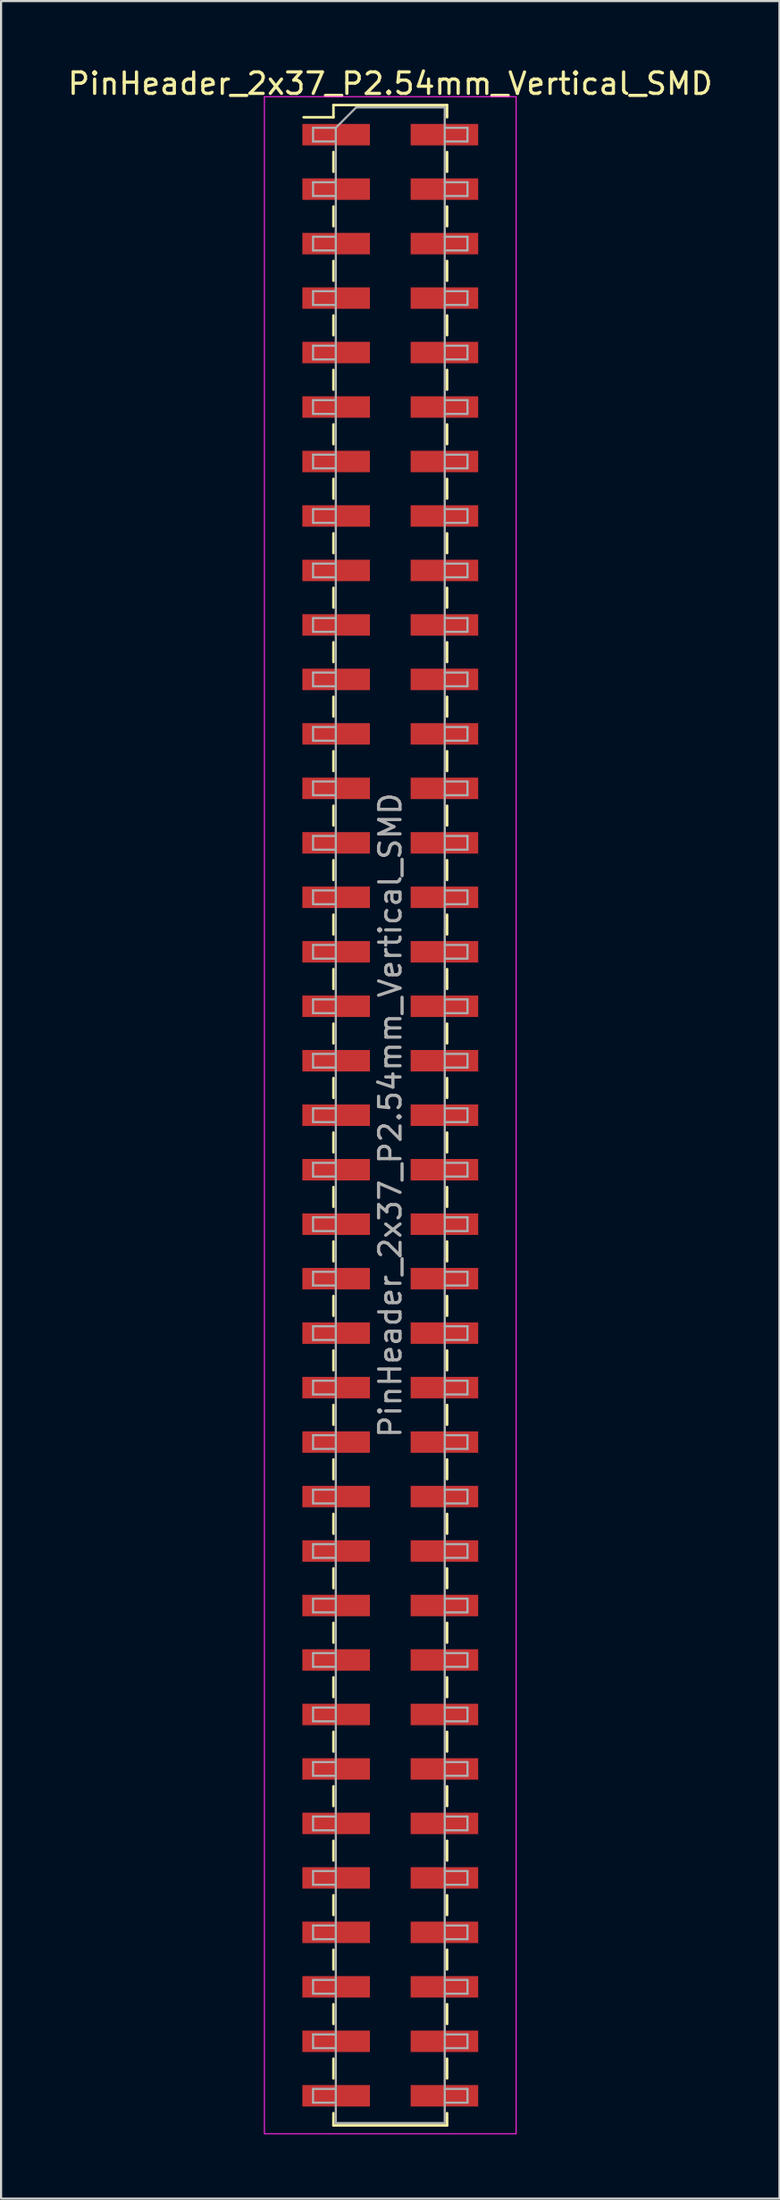
<source format=kicad_pcb>
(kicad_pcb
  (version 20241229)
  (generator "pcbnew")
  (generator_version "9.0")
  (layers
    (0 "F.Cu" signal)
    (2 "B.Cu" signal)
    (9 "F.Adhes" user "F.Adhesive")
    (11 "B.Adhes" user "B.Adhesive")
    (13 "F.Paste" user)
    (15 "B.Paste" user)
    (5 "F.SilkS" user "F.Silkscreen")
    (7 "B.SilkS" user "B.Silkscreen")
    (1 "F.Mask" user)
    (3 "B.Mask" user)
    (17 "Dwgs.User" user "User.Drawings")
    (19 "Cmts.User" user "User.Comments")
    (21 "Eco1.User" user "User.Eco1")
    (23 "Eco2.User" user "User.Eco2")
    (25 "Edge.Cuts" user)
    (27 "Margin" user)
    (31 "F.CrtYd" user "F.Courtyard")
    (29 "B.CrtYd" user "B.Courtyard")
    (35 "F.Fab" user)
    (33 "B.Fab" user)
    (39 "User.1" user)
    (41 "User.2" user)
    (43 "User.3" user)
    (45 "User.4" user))
  (footprint "PinHeader_2x37_P2.54mm_Vertical_SMD"
    (layer "F.Cu")
    (at 15.149 48.948)
    (property "Reference" "PinHeader_2x37_P2.54mm_Vertical_SMD" (at 0 -48.1 0) (layer "F.SilkS") (effects (font (size 1 1) (thickness 0.15))))
    (attr smd)
    (fp_line (start -4.04 -46.53) (end -2.65 -46.53) (stroke (width 0.12) (type solid)) (layer "F.SilkS"))
    (fp_line (start -2.65 -47.1) (end -2.65 -46.53) (stroke (width 0.12) (type solid)) (layer "F.SilkS"))
    (fp_line (start -2.65 -47.1) (end 2.65 -47.1) (stroke (width 0.12) (type solid)) (layer "F.SilkS"))
    (fp_line (start -2.65 -44.91) (end -2.65 -43.99) (stroke (width 0.12) (type solid)) (layer "F.SilkS"))
    (fp_line (start -2.65 -42.37) (end -2.65 -41.45) (stroke (width 0.12) (type solid)) (layer "F.SilkS"))
    (fp_line (start -2.65 -39.83) (end -2.65 -38.91) (stroke (width 0.12) (type solid)) (layer "F.SilkS"))
    (fp_line (start -2.65 -37.29) (end -2.65 -36.37) (stroke (width 0.12) (type solid)) (layer "F.SilkS"))
    (fp_line (start -2.65 -34.75) (end -2.65 -33.83) (stroke (width 0.12) (type solid)) (layer "F.SilkS"))
    (fp_line (start -2.65 -32.21) (end -2.65 -31.29) (stroke (width 0.12) (type solid)) (layer "F.SilkS"))
    (fp_line (start -2.65 -29.67) (end -2.65 -28.75) (stroke (width 0.12) (type solid)) (layer "F.SilkS"))
    (fp_line (start -2.65 -27.13) (end -2.65 -26.21) (stroke (width 0.12) (type solid)) (layer "F.SilkS"))
    (fp_line (start -2.65 -24.59) (end -2.65 -23.67) (stroke (width 0.12) (type solid)) (layer "F.SilkS"))
    (fp_line (start -2.65 -22.05) (end -2.65 -21.13) (stroke (width 0.12) (type solid)) (layer "F.SilkS"))
    (fp_line (start -2.65 -19.51) (end -2.65 -18.59) (stroke (width 0.12) (type solid)) (layer "F.SilkS"))
    (fp_line (start -2.65 -16.97) (end -2.65 -16.05) (stroke (width 0.12) (type solid)) (layer "F.SilkS"))
    (fp_line (start -2.65 -14.43) (end -2.65 -13.51) (stroke (width 0.12) (type solid)) (layer "F.SilkS"))
    (fp_line (start -2.65 -11.89) (end -2.65 -10.97) (stroke (width 0.12) (type solid)) (layer "F.SilkS"))
    (fp_line (start -2.65 -9.35) (end -2.65 -8.43) (stroke (width 0.12) (type solid)) (layer "F.SilkS"))
    (fp_line (start -2.65 -6.81) (end -2.65 -5.89) (stroke (width 0.12) (type solid)) (layer "F.SilkS"))
    (fp_line (start -2.65 -4.27) (end -2.65 -3.35) (stroke (width 0.12) (type solid)) (layer "F.SilkS"))
    (fp_line (start -2.65 -1.73) (end -2.65 -0.81) (stroke (width 0.12) (type solid)) (layer "F.SilkS"))
    (fp_line (start -2.65 0.81) (end -2.65 1.73) (stroke (width 0.12) (type solid)) (layer "F.SilkS"))
    (fp_line (start -2.65 3.35) (end -2.65 4.27) (stroke (width 0.12) (type solid)) (layer "F.SilkS"))
    (fp_line (start -2.65 5.89) (end -2.65 6.81) (stroke (width 0.12) (type solid)) (layer "F.SilkS"))
    (fp_line (start -2.65 8.43) (end -2.65 9.35) (stroke (width 0.12) (type solid)) (layer "F.SilkS"))
    (fp_line (start -2.65 10.97) (end -2.65 11.89) (stroke (width 0.12) (type solid)) (layer "F.SilkS"))
    (fp_line (start -2.65 13.51) (end -2.65 14.43) (stroke (width 0.12) (type solid)) (layer "F.SilkS"))
    (fp_line (start -2.65 16.05) (end -2.65 16.97) (stroke (width 0.12) (type solid)) (layer "F.SilkS"))
    (fp_line (start -2.65 18.59) (end -2.65 19.51) (stroke (width 0.12) (type solid)) (layer "F.SilkS"))
    (fp_line (start -2.65 21.13) (end -2.65 22.05) (stroke (width 0.12) (type solid)) (layer "F.SilkS"))
    (fp_line (start -2.65 23.67) (end -2.65 24.59) (stroke (width 0.12) (type solid)) (layer "F.SilkS"))
    (fp_line (start -2.65 26.21) (end -2.65 27.13) (stroke (width 0.12) (type solid)) (layer "F.SilkS"))
    (fp_line (start -2.65 28.75) (end -2.65 29.67) (stroke (width 0.12) (type solid)) (layer "F.SilkS"))
    (fp_line (start -2.65 31.29) (end -2.65 32.21) (stroke (width 0.12) (type solid)) (layer "F.SilkS"))
    (fp_line (start -2.65 33.83) (end -2.65 34.75) (stroke (width 0.12) (type solid)) (layer "F.SilkS"))
    (fp_line (start -2.65 36.37) (end -2.65 37.29) (stroke (width 0.12) (type solid)) (layer "F.SilkS"))
    (fp_line (start -2.65 38.91) (end -2.65 39.83) (stroke (width 0.12) (type solid)) (layer "F.SilkS"))
    (fp_line (start -2.65 41.45) (end -2.65 42.37) (stroke (width 0.12) (type solid)) (layer "F.SilkS"))
    (fp_line (start -2.65 43.99) (end -2.65 44.91) (stroke (width 0.12) (type solid)) (layer "F.SilkS"))
    (fp_line (start -2.65 46.53) (end -2.65 47.1) (stroke (width 0.12) (type solid)) (layer "F.SilkS"))
    (fp_line (start -2.65 47.1) (end 2.65 47.1) (stroke (width 0.12) (type solid)) (layer "F.SilkS"))
    (fp_line (start 2.65 -47.1) (end 2.65 -46.53) (stroke (width 0.12) (type solid)) (layer "F.SilkS"))
    (fp_line (start 2.65 -44.91) (end 2.65 -43.99) (stroke (width 0.12) (type solid)) (layer "F.SilkS"))
    (fp_line (start 2.65 -42.37) (end 2.65 -41.45) (stroke (width 0.12) (type solid)) (layer "F.SilkS"))
    (fp_line (start 2.65 -39.83) (end 2.65 -38.91) (stroke (width 0.12) (type solid)) (layer "F.SilkS"))
    (fp_line (start 2.65 -37.29) (end 2.65 -36.37) (stroke (width 0.12) (type solid)) (layer "F.SilkS"))
    (fp_line (start 2.65 -34.75) (end 2.65 -33.83) (stroke (width 0.12) (type solid)) (layer "F.SilkS"))
    (fp_line (start 2.65 -32.21) (end 2.65 -31.29) (stroke (width 0.12) (type solid)) (layer "F.SilkS"))
    (fp_line (start 2.65 -29.67) (end 2.65 -28.75) (stroke (width 0.12) (type solid)) (layer "F.SilkS"))
    (fp_line (start 2.65 -27.13) (end 2.65 -26.21) (stroke (width 0.12) (type solid)) (layer "F.SilkS"))
    (fp_line (start 2.65 -24.59) (end 2.65 -23.67) (stroke (width 0.12) (type solid)) (layer "F.SilkS"))
    (fp_line (start 2.65 -22.05) (end 2.65 -21.13) (stroke (width 0.12) (type solid)) (layer "F.SilkS"))
    (fp_line (start 2.65 -19.51) (end 2.65 -18.59) (stroke (width 0.12) (type solid)) (layer "F.SilkS"))
    (fp_line (start 2.65 -16.97) (end 2.65 -16.05) (stroke (width 0.12) (type solid)) (layer "F.SilkS"))
    (fp_line (start 2.65 -14.43) (end 2.65 -13.51) (stroke (width 0.12) (type solid)) (layer "F.SilkS"))
    (fp_line (start 2.65 -11.89) (end 2.65 -10.97) (stroke (width 0.12) (type solid)) (layer "F.SilkS"))
    (fp_line (start 2.65 -9.35) (end 2.65 -8.43) (stroke (width 0.12) (type solid)) (layer "F.SilkS"))
    (fp_line (start 2.65 -6.81) (end 2.65 -5.89) (stroke (width 0.12) (type solid)) (layer "F.SilkS"))
    (fp_line (start 2.65 -4.27) (end 2.65 -3.35) (stroke (width 0.12) (type solid)) (layer "F.SilkS"))
    (fp_line (start 2.65 -1.73) (end 2.65 -0.81) (stroke (width 0.12) (type solid)) (layer "F.SilkS"))
    (fp_line (start 2.65 0.81) (end 2.65 1.73) (stroke (width 0.12) (type solid)) (layer "F.SilkS"))
    (fp_line (start 2.65 3.35) (end 2.65 4.27) (stroke (width 0.12) (type solid)) (layer "F.SilkS"))
    (fp_line (start 2.65 5.89) (end 2.65 6.81) (stroke (width 0.12) (type solid)) (layer "F.SilkS"))
    (fp_line (start 2.65 8.43) (end 2.65 9.35) (stroke (width 0.12) (type solid)) (layer "F.SilkS"))
    (fp_line (start 2.65 10.97) (end 2.65 11.89) (stroke (width 0.12) (type solid)) (layer "F.SilkS"))
    (fp_line (start 2.65 13.51) (end 2.65 14.43) (stroke (width 0.12) (type solid)) (layer "F.SilkS"))
    (fp_line (start 2.65 16.05) (end 2.65 16.97) (stroke (width 0.12) (type solid)) (layer "F.SilkS"))
    (fp_line (start 2.65 18.59) (end 2.65 19.51) (stroke (width 0.12) (type solid)) (layer "F.SilkS"))
    (fp_line (start 2.65 21.13) (end 2.65 22.05) (stroke (width 0.12) (type solid)) (layer "F.SilkS"))
    (fp_line (start 2.65 23.67) (end 2.65 24.59) (stroke (width 0.12) (type solid)) (layer "F.SilkS"))
    (fp_line (start 2.65 26.21) (end 2.65 27.13) (stroke (width 0.12) (type solid)) (layer "F.SilkS"))
    (fp_line (start 2.65 28.75) (end 2.65 29.67) (stroke (width 0.12) (type solid)) (layer "F.SilkS"))
    (fp_line (start 2.65 31.29) (end 2.65 32.21) (stroke (width 0.12) (type solid)) (layer "F.SilkS"))
    (fp_line (start 2.65 33.83) (end 2.65 34.75) (stroke (width 0.12) (type solid)) (layer "F.SilkS"))
    (fp_line (start 2.65 36.37) (end 2.65 37.29) (stroke (width 0.12) (type solid)) (layer "F.SilkS"))
    (fp_line (start 2.65 38.91) (end 2.65 39.83) (stroke (width 0.12) (type solid)) (layer "F.SilkS"))
    (fp_line (start 2.65 41.45) (end 2.65 42.37) (stroke (width 0.12) (type solid)) (layer "F.SilkS"))
    (fp_line (start 2.65 43.99) (end 2.65 44.91) (stroke (width 0.12) (type solid)) (layer "F.SilkS"))
    (fp_line (start 2.65 46.53) (end 2.65 47.1) (stroke (width 0.12) (type solid)) (layer "F.SilkS"))
    (fp_rect (start -5.87 -47.49) (end 5.87 47.49) (stroke (width 0.05) (type solid)) (fill no) (layer "F.CrtYd"))
    (fp_line (start -3.6 -46.04) (end -3.6 -45.4) (stroke (width 0.1) (type solid)) (layer "F.Fab"))
    (fp_line (start -3.6 -45.4) (end -2.54 -45.4) (stroke (width 0.1) (type solid)) (layer "F.Fab"))
    (fp_line (start -3.6 -43.5) (end -3.6 -42.86) (stroke (width 0.1) (type solid)) (layer "F.Fab"))
    (fp_line (start -3.6 -42.86) (end -2.54 -42.86) (stroke (width 0.1) (type solid)) (layer "F.Fab"))
    (fp_line (start -3.6 -40.96) (end -3.6 -40.32) (stroke (width 0.1) (type solid)) (layer "F.Fab"))
    (fp_line (start -3.6 -40.32) (end -2.54 -40.32) (stroke (width 0.1) (type solid)) (layer "F.Fab"))
    (fp_line (start -3.6 -38.42) (end -3.6 -37.78) (stroke (width 0.1) (type solid)) (layer "F.Fab"))
    (fp_line (start -3.6 -37.78) (end -2.54 -37.78) (stroke (width 0.1) (type solid)) (layer "F.Fab"))
    (fp_line (start -3.6 -35.88) (end -3.6 -35.24) (stroke (width 0.1) (type solid)) (layer "F.Fab"))
    (fp_line (start -3.6 -35.24) (end -2.54 -35.24) (stroke (width 0.1) (type solid)) (layer "F.Fab"))
    (fp_line (start -3.6 -33.34) (end -3.6 -32.7) (stroke (width 0.1) (type solid)) (layer "F.Fab"))
    (fp_line (start -3.6 -32.7) (end -2.54 -32.7) (stroke (width 0.1) (type solid)) (layer "F.Fab"))
    (fp_line (start -3.6 -30.8) (end -3.6 -30.16) (stroke (width 0.1) (type solid)) (layer "F.Fab"))
    (fp_line (start -3.6 -30.16) (end -2.54 -30.16) (stroke (width 0.1) (type solid)) (layer "F.Fab"))
    (fp_line (start -3.6 -28.26) (end -3.6 -27.62) (stroke (width 0.1) (type solid)) (layer "F.Fab"))
    (fp_line (start -3.6 -27.62) (end -2.54 -27.62) (stroke (width 0.1) (type solid)) (layer "F.Fab"))
    (fp_line (start -3.6 -25.72) (end -3.6 -25.08) (stroke (width 0.1) (type solid)) (layer "F.Fab"))
    (fp_line (start -3.6 -25.08) (end -2.54 -25.08) (stroke (width 0.1) (type solid)) (layer "F.Fab"))
    (fp_line (start -3.6 -23.18) (end -3.6 -22.54) (stroke (width 0.1) (type solid)) (layer "F.Fab"))
    (fp_line (start -3.6 -22.54) (end -2.54 -22.54) (stroke (width 0.1) (type solid)) (layer "F.Fab"))
    (fp_line (start -3.6 -20.64) (end -3.6 -20) (stroke (width 0.1) (type solid)) (layer "F.Fab"))
    (fp_line (start -3.6 -20) (end -2.54 -20) (stroke (width 0.1) (type solid)) (layer "F.Fab"))
    (fp_line (start -3.6 -18.1) (end -3.6 -17.46) (stroke (width 0.1) (type solid)) (layer "F.Fab"))
    (fp_line (start -3.6 -17.46) (end -2.54 -17.46) (stroke (width 0.1) (type solid)) (layer "F.Fab"))
    (fp_line (start -3.6 -15.56) (end -3.6 -14.92) (stroke (width 0.1) (type solid)) (layer "F.Fab"))
    (fp_line (start -3.6 -14.92) (end -2.54 -14.92) (stroke (width 0.1) (type solid)) (layer "F.Fab"))
    (fp_line (start -3.6 -13.02) (end -3.6 -12.38) (stroke (width 0.1) (type solid)) (layer "F.Fab"))
    (fp_line (start -3.6 -12.38) (end -2.54 -12.38) (stroke (width 0.1) (type solid)) (layer "F.Fab"))
    (fp_line (start -3.6 -10.48) (end -3.6 -9.84) (stroke (width 0.1) (type solid)) (layer "F.Fab"))
    (fp_line (start -3.6 -9.84) (end -2.54 -9.84) (stroke (width 0.1) (type solid)) (layer "F.Fab"))
    (fp_line (start -3.6 -7.94) (end -3.6 -7.3) (stroke (width 0.1) (type solid)) (layer "F.Fab"))
    (fp_line (start -3.6 -7.3) (end -2.54 -7.3) (stroke (width 0.1) (type solid)) (layer "F.Fab"))
    (fp_line (start -3.6 -5.4) (end -3.6 -4.76) (stroke (width 0.1) (type solid)) (layer "F.Fab"))
    (fp_line (start -3.6 -4.76) (end -2.54 -4.76) (stroke (width 0.1) (type solid)) (layer "F.Fab"))
    (fp_line (start -3.6 -2.86) (end -3.6 -2.22) (stroke (width 0.1) (type solid)) (layer "F.Fab"))
    (fp_line (start -3.6 -2.22) (end -2.54 -2.22) (stroke (width 0.1) (type solid)) (layer "F.Fab"))
    (fp_line (start -3.6 -0.32) (end -3.6 0.32) (stroke (width 0.1) (type solid)) (layer "F.Fab"))
    (fp_line (start -3.6 0.32) (end -2.54 0.32) (stroke (width 0.1) (type solid)) (layer "F.Fab"))
    (fp_line (start -3.6 2.22) (end -3.6 2.86) (stroke (width 0.1) (type solid)) (layer "F.Fab"))
    (fp_line (start -3.6 2.86) (end -2.54 2.86) (stroke (width 0.1) (type solid)) (layer "F.Fab"))
    (fp_line (start -3.6 4.76) (end -3.6 5.4) (stroke (width 0.1) (type solid)) (layer "F.Fab"))
    (fp_line (start -3.6 5.4) (end -2.54 5.4) (stroke (width 0.1) (type solid)) (layer "F.Fab"))
    (fp_line (start -3.6 7.3) (end -3.6 7.94) (stroke (width 0.1) (type solid)) (layer "F.Fab"))
    (fp_line (start -3.6 7.94) (end -2.54 7.94) (stroke (width 0.1) (type solid)) (layer "F.Fab"))
    (fp_line (start -3.6 9.84) (end -3.6 10.48) (stroke (width 0.1) (type solid)) (layer "F.Fab"))
    (fp_line (start -3.6 10.48) (end -2.54 10.48) (stroke (width 0.1) (type solid)) (layer "F.Fab"))
    (fp_line (start -3.6 12.38) (end -3.6 13.02) (stroke (width 0.1) (type solid)) (layer "F.Fab"))
    (fp_line (start -3.6 13.02) (end -2.54 13.02) (stroke (width 0.1) (type solid)) (layer "F.Fab"))
    (fp_line (start -3.6 14.92) (end -3.6 15.56) (stroke (width 0.1) (type solid)) (layer "F.Fab"))
    (fp_line (start -3.6 15.56) (end -2.54 15.56) (stroke (width 0.1) (type solid)) (layer "F.Fab"))
    (fp_line (start -3.6 17.46) (end -3.6 18.1) (stroke (width 0.1) (type solid)) (layer "F.Fab"))
    (fp_line (start -3.6 18.1) (end -2.54 18.1) (stroke (width 0.1) (type solid)) (layer "F.Fab"))
    (fp_line (start -3.6 20) (end -3.6 20.64) (stroke (width 0.1) (type solid)) (layer "F.Fab"))
    (fp_line (start -3.6 20.64) (end -2.54 20.64) (stroke (width 0.1) (type solid)) (layer "F.Fab"))
    (fp_line (start -3.6 22.54) (end -3.6 23.18) (stroke (width 0.1) (type solid)) (layer "F.Fab"))
    (fp_line (start -3.6 23.18) (end -2.54 23.18) (stroke (width 0.1) (type solid)) (layer "F.Fab"))
    (fp_line (start -3.6 25.08) (end -3.6 25.72) (stroke (width 0.1) (type solid)) (layer "F.Fab"))
    (fp_line (start -3.6 25.72) (end -2.54 25.72) (stroke (width 0.1) (type solid)) (layer "F.Fab"))
    (fp_line (start -3.6 27.62) (end -3.6 28.26) (stroke (width 0.1) (type solid)) (layer "F.Fab"))
    (fp_line (start -3.6 28.26) (end -2.54 28.26) (stroke (width 0.1) (type solid)) (layer "F.Fab"))
    (fp_line (start -3.6 30.16) (end -3.6 30.8) (stroke (width 0.1) (type solid)) (layer "F.Fab"))
    (fp_line (start -3.6 30.8) (end -2.54 30.8) (stroke (width 0.1) (type solid)) (layer "F.Fab"))
    (fp_line (start -3.6 32.7) (end -3.6 33.34) (stroke (width 0.1) (type solid)) (layer "F.Fab"))
    (fp_line (start -3.6 33.34) (end -2.54 33.34) (stroke (width 0.1) (type solid)) (layer "F.Fab"))
    (fp_line (start -3.6 35.24) (end -3.6 35.88) (stroke (width 0.1) (type solid)) (layer "F.Fab"))
    (fp_line (start -3.6 35.88) (end -2.54 35.88) (stroke (width 0.1) (type solid)) (layer "F.Fab"))
    (fp_line (start -3.6 37.78) (end -3.6 38.42) (stroke (width 0.1) (type solid)) (layer "F.Fab"))
    (fp_line (start -3.6 38.42) (end -2.54 38.42) (stroke (width 0.1) (type solid)) (layer "F.Fab"))
    (fp_line (start -3.6 40.32) (end -3.6 40.96) (stroke (width 0.1) (type solid)) (layer "F.Fab"))
    (fp_line (start -3.6 40.96) (end -2.54 40.96) (stroke (width 0.1) (type solid)) (layer "F.Fab"))
    (fp_line (start -3.6 42.86) (end -3.6 43.5) (stroke (width 0.1) (type solid)) (layer "F.Fab"))
    (fp_line (start -3.6 43.5) (end -2.54 43.5) (stroke (width 0.1) (type solid)) (layer "F.Fab"))
    (fp_line (start -3.6 45.4) (end -3.6 46.04) (stroke (width 0.1) (type solid)) (layer "F.Fab"))
    (fp_line (start -3.6 46.04) (end -2.54 46.04) (stroke (width 0.1) (type solid)) (layer "F.Fab"))
    (fp_line (start -2.54 -46.04) (end -3.6 -46.04) (stroke (width 0.1) (type solid)) (layer "F.Fab"))
    (fp_line (start -2.54 -46.04) (end -1.59 -46.99) (stroke (width 0.1) (type solid)) (layer "F.Fab"))
    (fp_line (start -2.54 -43.5) (end -3.6 -43.5) (stroke (width 0.1) (type solid)) (layer "F.Fab"))
    (fp_line (start -2.54 -40.96) (end -3.6 -40.96) (stroke (width 0.1) (type solid)) (layer "F.Fab"))
    (fp_line (start -2.54 -38.42) (end -3.6 -38.42) (stroke (width 0.1) (type solid)) (layer "F.Fab"))
    (fp_line (start -2.54 -35.88) (end -3.6 -35.88) (stroke (width 0.1) (type solid)) (layer "F.Fab"))
    (fp_line (start -2.54 -33.34) (end -3.6 -33.34) (stroke (width 0.1) (type solid)) (layer "F.Fab"))
    (fp_line (start -2.54 -30.8) (end -3.6 -30.8) (stroke (width 0.1) (type solid)) (layer "F.Fab"))
    (fp_line (start -2.54 -28.26) (end -3.6 -28.26) (stroke (width 0.1) (type solid)) (layer "F.Fab"))
    (fp_line (start -2.54 -25.72) (end -3.6 -25.72) (stroke (width 0.1) (type solid)) (layer "F.Fab"))
    (fp_line (start -2.54 -23.18) (end -3.6 -23.18) (stroke (width 0.1) (type solid)) (layer "F.Fab"))
    (fp_line (start -2.54 -20.64) (end -3.6 -20.64) (stroke (width 0.1) (type solid)) (layer "F.Fab"))
    (fp_line (start -2.54 -18.1) (end -3.6 -18.1) (stroke (width 0.1) (type solid)) (layer "F.Fab"))
    (fp_line (start -2.54 -15.56) (end -3.6 -15.56) (stroke (width 0.1) (type solid)) (layer "F.Fab"))
    (fp_line (start -2.54 -13.02) (end -3.6 -13.02) (stroke (width 0.1) (type solid)) (layer "F.Fab"))
    (fp_line (start -2.54 -10.48) (end -3.6 -10.48) (stroke (width 0.1) (type solid)) (layer "F.Fab"))
    (fp_line (start -2.54 -7.94) (end -3.6 -7.94) (stroke (width 0.1) (type solid)) (layer "F.Fab"))
    (fp_line (start -2.54 -5.4) (end -3.6 -5.4) (stroke (width 0.1) (type solid)) (layer "F.Fab"))
    (fp_line (start -2.54 -2.86) (end -3.6 -2.86) (stroke (width 0.1) (type solid)) (layer "F.Fab"))
    (fp_line (start -2.54 -0.32) (end -3.6 -0.32) (stroke (width 0.1) (type solid)) (layer "F.Fab"))
    (fp_line (start -2.54 2.22) (end -3.6 2.22) (stroke (width 0.1) (type solid)) (layer "F.Fab"))
    (fp_line (start -2.54 4.76) (end -3.6 4.76) (stroke (width 0.1) (type solid)) (layer "F.Fab"))
    (fp_line (start -2.54 7.3) (end -3.6 7.3) (stroke (width 0.1) (type solid)) (layer "F.Fab"))
    (fp_line (start -2.54 9.84) (end -3.6 9.84) (stroke (width 0.1) (type solid)) (layer "F.Fab"))
    (fp_line (start -2.54 12.38) (end -3.6 12.38) (stroke (width 0.1) (type solid)) (layer "F.Fab"))
    (fp_line (start -2.54 14.92) (end -3.6 14.92) (stroke (width 0.1) (type solid)) (layer "F.Fab"))
    (fp_line (start -2.54 17.46) (end -3.6 17.46) (stroke (width 0.1) (type solid)) (layer "F.Fab"))
    (fp_line (start -2.54 20) (end -3.6 20) (stroke (width 0.1) (type solid)) (layer "F.Fab"))
    (fp_line (start -2.54 22.54) (end -3.6 22.54) (stroke (width 0.1) (type solid)) (layer "F.Fab"))
    (fp_line (start -2.54 25.08) (end -3.6 25.08) (stroke (width 0.1) (type solid)) (layer "F.Fab"))
    (fp_line (start -2.54 27.62) (end -3.6 27.62) (stroke (width 0.1) (type solid)) (layer "F.Fab"))
    (fp_line (start -2.54 30.16) (end -3.6 30.16) (stroke (width 0.1) (type solid)) (layer "F.Fab"))
    (fp_line (start -2.54 32.7) (end -3.6 32.7) (stroke (width 0.1) (type solid)) (layer "F.Fab"))
    (fp_line (start -2.54 35.24) (end -3.6 35.24) (stroke (width 0.1) (type solid)) (layer "F.Fab"))
    (fp_line (start -2.54 37.78) (end -3.6 37.78) (stroke (width 0.1) (type solid)) (layer "F.Fab"))
    (fp_line (start -2.54 40.32) (end -3.6 40.32) (stroke (width 0.1) (type solid)) (layer "F.Fab"))
    (fp_line (start -2.54 42.86) (end -3.6 42.86) (stroke (width 0.1) (type solid)) (layer "F.Fab"))
    (fp_line (start -2.54 45.4) (end -3.6 45.4) (stroke (width 0.1) (type solid)) (layer "F.Fab"))
    (fp_line (start -2.54 46.99) (end -2.54 -46.04) (stroke (width 0.1) (type solid)) (layer "F.Fab"))
    (fp_line (start -1.59 -46.99) (end 2.54 -46.99) (stroke (width 0.1) (type solid)) (layer "F.Fab"))
    (fp_line (start 2.54 -46.99) (end 2.54 46.99) (stroke (width 0.1) (type solid)) (layer "F.Fab"))
    (fp_line (start 2.54 -46.04) (end 3.6 -46.04) (stroke (width 0.1) (type solid)) (layer "F.Fab"))
    (fp_line (start 2.54 -43.5) (end 3.6 -43.5) (stroke (width 0.1) (type solid)) (layer "F.Fab"))
    (fp_line (start 2.54 -40.96) (end 3.6 -40.96) (stroke (width 0.1) (type solid)) (layer "F.Fab"))
    (fp_line (start 2.54 -38.42) (end 3.6 -38.42) (stroke (width 0.1) (type solid)) (layer "F.Fab"))
    (fp_line (start 2.54 -35.88) (end 3.6 -35.88) (stroke (width 0.1) (type solid)) (layer "F.Fab"))
    (fp_line (start 2.54 -33.34) (end 3.6 -33.34) (stroke (width 0.1) (type solid)) (layer "F.Fab"))
    (fp_line (start 2.54 -30.8) (end 3.6 -30.8) (stroke (width 0.1) (type solid)) (layer "F.Fab"))
    (fp_line (start 2.54 -28.26) (end 3.6 -28.26) (stroke (width 0.1) (type solid)) (layer "F.Fab"))
    (fp_line (start 2.54 -25.72) (end 3.6 -25.72) (stroke (width 0.1) (type solid)) (layer "F.Fab"))
    (fp_line (start 2.54 -23.18) (end 3.6 -23.18) (stroke (width 0.1) (type solid)) (layer "F.Fab"))
    (fp_line (start 2.54 -20.64) (end 3.6 -20.64) (stroke (width 0.1) (type solid)) (layer "F.Fab"))
    (fp_line (start 2.54 -18.1) (end 3.6 -18.1) (stroke (width 0.1) (type solid)) (layer "F.Fab"))
    (fp_line (start 2.54 -15.56) (end 3.6 -15.56) (stroke (width 0.1) (type solid)) (layer "F.Fab"))
    (fp_line (start 2.54 -13.02) (end 3.6 -13.02) (stroke (width 0.1) (type solid)) (layer "F.Fab"))
    (fp_line (start 2.54 -10.48) (end 3.6 -10.48) (stroke (width 0.1) (type solid)) (layer "F.Fab"))
    (fp_line (start 2.54 -7.94) (end 3.6 -7.94) (stroke (width 0.1) (type solid)) (layer "F.Fab"))
    (fp_line (start 2.54 -5.4) (end 3.6 -5.4) (stroke (width 0.1) (type solid)) (layer "F.Fab"))
    (fp_line (start 2.54 -2.86) (end 3.6 -2.86) (stroke (width 0.1) (type solid)) (layer "F.Fab"))
    (fp_line (start 2.54 -0.32) (end 3.6 -0.32) (stroke (width 0.1) (type solid)) (layer "F.Fab"))
    (fp_line (start 2.54 2.22) (end 3.6 2.22) (stroke (width 0.1) (type solid)) (layer "F.Fab"))
    (fp_line (start 2.54 4.76) (end 3.6 4.76) (stroke (width 0.1) (type solid)) (layer "F.Fab"))
    (fp_line (start 2.54 7.3) (end 3.6 7.3) (stroke (width 0.1) (type solid)) (layer "F.Fab"))
    (fp_line (start 2.54 9.84) (end 3.6 9.84) (stroke (width 0.1) (type solid)) (layer "F.Fab"))
    (fp_line (start 2.54 12.38) (end 3.6 12.38) (stroke (width 0.1) (type solid)) (layer "F.Fab"))
    (fp_line (start 2.54 14.92) (end 3.6 14.92) (stroke (width 0.1) (type solid)) (layer "F.Fab"))
    (fp_line (start 2.54 17.46) (end 3.6 17.46) (stroke (width 0.1) (type solid)) (layer "F.Fab"))
    (fp_line (start 2.54 20) (end 3.6 20) (stroke (width 0.1) (type solid)) (layer "F.Fab"))
    (fp_line (start 2.54 22.54) (end 3.6 22.54) (stroke (width 0.1) (type solid)) (layer "F.Fab"))
    (fp_line (start 2.54 25.08) (end 3.6 25.08) (stroke (width 0.1) (type solid)) (layer "F.Fab"))
    (fp_line (start 2.54 27.62) (end 3.6 27.62) (stroke (width 0.1) (type solid)) (layer "F.Fab"))
    (fp_line (start 2.54 30.16) (end 3.6 30.16) (stroke (width 0.1) (type solid)) (layer "F.Fab"))
    (fp_line (start 2.54 32.7) (end 3.6 32.7) (stroke (width 0.1) (type solid)) (layer "F.Fab"))
    (fp_line (start 2.54 35.24) (end 3.6 35.24) (stroke (width 0.1) (type solid)) (layer "F.Fab"))
    (fp_line (start 2.54 37.78) (end 3.6 37.78) (stroke (width 0.1) (type solid)) (layer "F.Fab"))
    (fp_line (start 2.54 40.32) (end 3.6 40.32) (stroke (width 0.1) (type solid)) (layer "F.Fab"))
    (fp_line (start 2.54 42.86) (end 3.6 42.86) (stroke (width 0.1) (type solid)) (layer "F.Fab"))
    (fp_line (start 2.54 45.4) (end 3.6 45.4) (stroke (width 0.1) (type solid)) (layer "F.Fab"))
    (fp_line (start 2.54 46.99) (end -2.54 46.99) (stroke (width 0.1) (type solid)) (layer "F.Fab"))
    (fp_line (start 3.6 -46.04) (end 3.6 -45.4) (stroke (width 0.1) (type solid)) (layer "F.Fab"))
    (fp_line (start 3.6 -45.4) (end 2.54 -45.4) (stroke (width 0.1) (type solid)) (layer "F.Fab"))
    (fp_line (start 3.6 -43.5) (end 3.6 -42.86) (stroke (width 0.1) (type solid)) (layer "F.Fab"))
    (fp_line (start 3.6 -42.86) (end 2.54 -42.86) (stroke (width 0.1) (type solid)) (layer "F.Fab"))
    (fp_line (start 3.6 -40.96) (end 3.6 -40.32) (stroke (width 0.1) (type solid)) (layer "F.Fab"))
    (fp_line (start 3.6 -40.32) (end 2.54 -40.32) (stroke (width 0.1) (type solid)) (layer "F.Fab"))
    (fp_line (start 3.6 -38.42) (end 3.6 -37.78) (stroke (width 0.1) (type solid)) (layer "F.Fab"))
    (fp_line (start 3.6 -37.78) (end 2.54 -37.78) (stroke (width 0.1) (type solid)) (layer "F.Fab"))
    (fp_line (start 3.6 -35.88) (end 3.6 -35.24) (stroke (width 0.1) (type solid)) (layer "F.Fab"))
    (fp_line (start 3.6 -35.24) (end 2.54 -35.24) (stroke (width 0.1) (type solid)) (layer "F.Fab"))
    (fp_line (start 3.6 -33.34) (end 3.6 -32.7) (stroke (width 0.1) (type solid)) (layer "F.Fab"))
    (fp_line (start 3.6 -32.7) (end 2.54 -32.7) (stroke (width 0.1) (type solid)) (layer "F.Fab"))
    (fp_line (start 3.6 -30.8) (end 3.6 -30.16) (stroke (width 0.1) (type solid)) (layer "F.Fab"))
    (fp_line (start 3.6 -30.16) (end 2.54 -30.16) (stroke (width 0.1) (type solid)) (layer "F.Fab"))
    (fp_line (start 3.6 -28.26) (end 3.6 -27.62) (stroke (width 0.1) (type solid)) (layer "F.Fab"))
    (fp_line (start 3.6 -27.62) (end 2.54 -27.62) (stroke (width 0.1) (type solid)) (layer "F.Fab"))
    (fp_line (start 3.6 -25.72) (end 3.6 -25.08) (stroke (width 0.1) (type solid)) (layer "F.Fab"))
    (fp_line (start 3.6 -25.08) (end 2.54 -25.08) (stroke (width 0.1) (type solid)) (layer "F.Fab"))
    (fp_line (start 3.6 -23.18) (end 3.6 -22.54) (stroke (width 0.1) (type solid)) (layer "F.Fab"))
    (fp_line (start 3.6 -22.54) (end 2.54 -22.54) (stroke (width 0.1) (type solid)) (layer "F.Fab"))
    (fp_line (start 3.6 -20.64) (end 3.6 -20) (stroke (width 0.1) (type solid)) (layer "F.Fab"))
    (fp_line (start 3.6 -20) (end 2.54 -20) (stroke (width 0.1) (type solid)) (layer "F.Fab"))
    (fp_line (start 3.6 -18.1) (end 3.6 -17.46) (stroke (width 0.1) (type solid)) (layer "F.Fab"))
    (fp_line (start 3.6 -17.46) (end 2.54 -17.46) (stroke (width 0.1) (type solid)) (layer "F.Fab"))
    (fp_line (start 3.6 -15.56) (end 3.6 -14.92) (stroke (width 0.1) (type solid)) (layer "F.Fab"))
    (fp_line (start 3.6 -14.92) (end 2.54 -14.92) (stroke (width 0.1) (type solid)) (layer "F.Fab"))
    (fp_line (start 3.6 -13.02) (end 3.6 -12.38) (stroke (width 0.1) (type solid)) (layer "F.Fab"))
    (fp_line (start 3.6 -12.38) (end 2.54 -12.38) (stroke (width 0.1) (type solid)) (layer "F.Fab"))
    (fp_line (start 3.6 -10.48) (end 3.6 -9.84) (stroke (width 0.1) (type solid)) (layer "F.Fab"))
    (fp_line (start 3.6 -9.84) (end 2.54 -9.84) (stroke (width 0.1) (type solid)) (layer "F.Fab"))
    (fp_line (start 3.6 -7.94) (end 3.6 -7.3) (stroke (width 0.1) (type solid)) (layer "F.Fab"))
    (fp_line (start 3.6 -7.3) (end 2.54 -7.3) (stroke (width 0.1) (type solid)) (layer "F.Fab"))
    (fp_line (start 3.6 -5.4) (end 3.6 -4.76) (stroke (width 0.1) (type solid)) (layer "F.Fab"))
    (fp_line (start 3.6 -4.76) (end 2.54 -4.76) (stroke (width 0.1) (type solid)) (layer "F.Fab"))
    (fp_line (start 3.6 -2.86) (end 3.6 -2.22) (stroke (width 0.1) (type solid)) (layer "F.Fab"))
    (fp_line (start 3.6 -2.22) (end 2.54 -2.22) (stroke (width 0.1) (type solid)) (layer "F.Fab"))
    (fp_line (start 3.6 -0.32) (end 3.6 0.32) (stroke (width 0.1) (type solid)) (layer "F.Fab"))
    (fp_line (start 3.6 0.32) (end 2.54 0.32) (stroke (width 0.1) (type solid)) (layer "F.Fab"))
    (fp_line (start 3.6 2.22) (end 3.6 2.86) (stroke (width 0.1) (type solid)) (layer "F.Fab"))
    (fp_line (start 3.6 2.86) (end 2.54 2.86) (stroke (width 0.1) (type solid)) (layer "F.Fab"))
    (fp_line (start 3.6 4.76) (end 3.6 5.4) (stroke (width 0.1) (type solid)) (layer "F.Fab"))
    (fp_line (start 3.6 5.4) (end 2.54 5.4) (stroke (width 0.1) (type solid)) (layer "F.Fab"))
    (fp_line (start 3.6 7.3) (end 3.6 7.94) (stroke (width 0.1) (type solid)) (layer "F.Fab"))
    (fp_line (start 3.6 7.94) (end 2.54 7.94) (stroke (width 0.1) (type solid)) (layer "F.Fab"))
    (fp_line (start 3.6 9.84) (end 3.6 10.48) (stroke (width 0.1) (type solid)) (layer "F.Fab"))
    (fp_line (start 3.6 10.48) (end 2.54 10.48) (stroke (width 0.1) (type solid)) (layer "F.Fab"))
    (fp_line (start 3.6 12.38) (end 3.6 13.02) (stroke (width 0.1) (type solid)) (layer "F.Fab"))
    (fp_line (start 3.6 13.02) (end 2.54 13.02) (stroke (width 0.1) (type solid)) (layer "F.Fab"))
    (fp_line (start 3.6 14.92) (end 3.6 15.56) (stroke (width 0.1) (type solid)) (layer "F.Fab"))
    (fp_line (start 3.6 15.56) (end 2.54 15.56) (stroke (width 0.1) (type solid)) (layer "F.Fab"))
    (fp_line (start 3.6 17.46) (end 3.6 18.1) (stroke (width 0.1) (type solid)) (layer "F.Fab"))
    (fp_line (start 3.6 18.1) (end 2.54 18.1) (stroke (width 0.1) (type solid)) (layer "F.Fab"))
    (fp_line (start 3.6 20) (end 3.6 20.64) (stroke (width 0.1) (type solid)) (layer "F.Fab"))
    (fp_line (start 3.6 20.64) (end 2.54 20.64) (stroke (width 0.1) (type solid)) (layer "F.Fab"))
    (fp_line (start 3.6 22.54) (end 3.6 23.18) (stroke (width 0.1) (type solid)) (layer "F.Fab"))
    (fp_line (start 3.6 23.18) (end 2.54 23.18) (stroke (width 0.1) (type solid)) (layer "F.Fab"))
    (fp_line (start 3.6 25.08) (end 3.6 25.72) (stroke (width 0.1) (type solid)) (layer "F.Fab"))
    (fp_line (start 3.6 25.72) (end 2.54 25.72) (stroke (width 0.1) (type solid)) (layer "F.Fab"))
    (fp_line (start 3.6 27.62) (end 3.6 28.26) (stroke (width 0.1) (type solid)) (layer "F.Fab"))
    (fp_line (start 3.6 28.26) (end 2.54 28.26) (stroke (width 0.1) (type solid)) (layer "F.Fab"))
    (fp_line (start 3.6 30.16) (end 3.6 30.8) (stroke (width 0.1) (type solid)) (layer "F.Fab"))
    (fp_line (start 3.6 30.8) (end 2.54 30.8) (stroke (width 0.1) (type solid)) (layer "F.Fab"))
    (fp_line (start 3.6 32.7) (end 3.6 33.34) (stroke (width 0.1) (type solid)) (layer "F.Fab"))
    (fp_line (start 3.6 33.34) (end 2.54 33.34) (stroke (width 0.1) (type solid)) (layer "F.Fab"))
    (fp_line (start 3.6 35.24) (end 3.6 35.88) (stroke (width 0.1) (type solid)) (layer "F.Fab"))
    (fp_line (start 3.6 35.88) (end 2.54 35.88) (stroke (width 0.1) (type solid)) (layer "F.Fab"))
    (fp_line (start 3.6 37.78) (end 3.6 38.42) (stroke (width 0.1) (type solid)) (layer "F.Fab"))
    (fp_line (start 3.6 38.42) (end 2.54 38.42) (stroke (width 0.1) (type solid)) (layer "F.Fab"))
    (fp_line (start 3.6 40.32) (end 3.6 40.96) (stroke (width 0.1) (type solid)) (layer "F.Fab"))
    (fp_line (start 3.6 40.96) (end 2.54 40.96) (stroke (width 0.1) (type solid)) (layer "F.Fab"))
    (fp_line (start 3.6 42.86) (end 3.6 43.5) (stroke (width 0.1) (type solid)) (layer "F.Fab"))
    (fp_line (start 3.6 43.5) (end 2.54 43.5) (stroke (width 0.1) (type solid)) (layer "F.Fab"))
    (fp_line (start 3.6 45.4) (end 3.6 46.04) (stroke (width 0.1) (type solid)) (layer "F.Fab"))
    (fp_line (start 3.6 46.04) (end 2.54 46.04) (stroke (width 0.1) (type solid)) (layer "F.Fab"))
    (fp_text user "${REFERENCE}" (at 0 0 90) (layer "F.Fab") (effects (font (size 1 1) (thickness 0.15))))
    (pad "1" smd rect (at -2.525 -45.72) (size 3.15 1) (layers "F.Cu" "F.Mask" "F.Paste"))
    (pad "2" smd rect (at 2.525 -45.72) (size 3.15 1) (layers "F.Cu" "F.Mask" "F.Paste"))
    (pad "3" smd rect (at -2.525 -43.18) (size 3.15 1) (layers "F.Cu" "F.Mask" "F.Paste"))
    (pad "4" smd rect (at 2.525 -43.18) (size 3.15 1) (layers "F.Cu" "F.Mask" "F.Paste"))
    (pad "5" smd rect (at -2.525 -40.64) (size 3.15 1) (layers "F.Cu" "F.Mask" "F.Paste"))
    (pad "6" smd rect (at 2.525 -40.64) (size 3.15 1) (layers "F.Cu" "F.Mask" "F.Paste"))
    (pad "7" smd rect (at -2.525 -38.1) (size 3.15 1) (layers "F.Cu" "F.Mask" "F.Paste"))
    (pad "8" smd rect (at 2.525 -38.1) (size 3.15 1) (layers "F.Cu" "F.Mask" "F.Paste"))
    (pad "9" smd rect (at -2.525 -35.56) (size 3.15 1) (layers "F.Cu" "F.Mask" "F.Paste"))
    (pad "10" smd rect (at 2.525 -35.56) (size 3.15 1) (layers "F.Cu" "F.Mask" "F.Paste"))
    (pad "11" smd rect (at -2.525 -33.02) (size 3.15 1) (layers "F.Cu" "F.Mask" "F.Paste"))
    (pad "12" smd rect (at 2.525 -33.02) (size 3.15 1) (layers "F.Cu" "F.Mask" "F.Paste"))
    (pad "13" smd rect (at -2.525 -30.48) (size 3.15 1) (layers "F.Cu" "F.Mask" "F.Paste"))
    (pad "14" smd rect (at 2.525 -30.48) (size 3.15 1) (layers "F.Cu" "F.Mask" "F.Paste"))
    (pad "15" smd rect (at -2.525 -27.94) (size 3.15 1) (layers "F.Cu" "F.Mask" "F.Paste"))
    (pad "16" smd rect (at 2.525 -27.94) (size 3.15 1) (layers "F.Cu" "F.Mask" "F.Paste"))
    (pad "17" smd rect (at -2.525 -25.4) (size 3.15 1) (layers "F.Cu" "F.Mask" "F.Paste"))
    (pad "18" smd rect (at 2.525 -25.4) (size 3.15 1) (layers "F.Cu" "F.Mask" "F.Paste"))
    (pad "19" smd rect (at -2.525 -22.86) (size 3.15 1) (layers "F.Cu" "F.Mask" "F.Paste"))
    (pad "20" smd rect (at 2.525 -22.86) (size 3.15 1) (layers "F.Cu" "F.Mask" "F.Paste"))
    (pad "21" smd rect (at -2.525 -20.32) (size 3.15 1) (layers "F.Cu" "F.Mask" "F.Paste"))
    (pad "22" smd rect (at 2.525 -20.32) (size 3.15 1) (layers "F.Cu" "F.Mask" "F.Paste"))
    (pad "23" smd rect (at -2.525 -17.78) (size 3.15 1) (layers "F.Cu" "F.Mask" "F.Paste"))
    (pad "24" smd rect (at 2.525 -17.78) (size 3.15 1) (layers "F.Cu" "F.Mask" "F.Paste"))
    (pad "25" smd rect (at -2.525 -15.24) (size 3.15 1) (layers "F.Cu" "F.Mask" "F.Paste"))
    (pad "26" smd rect (at 2.525 -15.24) (size 3.15 1) (layers "F.Cu" "F.Mask" "F.Paste"))
    (pad "27" smd rect (at -2.525 -12.7) (size 3.15 1) (layers "F.Cu" "F.Mask" "F.Paste"))
    (pad "28" smd rect (at 2.525 -12.7) (size 3.15 1) (layers "F.Cu" "F.Mask" "F.Paste"))
    (pad "29" smd rect (at -2.525 -10.16) (size 3.15 1) (layers "F.Cu" "F.Mask" "F.Paste"))
    (pad "30" smd rect (at 2.525 -10.16) (size 3.15 1) (layers "F.Cu" "F.Mask" "F.Paste"))
    (pad "31" smd rect (at -2.525 -7.62) (size 3.15 1) (layers "F.Cu" "F.Mask" "F.Paste"))
    (pad "32" smd rect (at 2.525 -7.62) (size 3.15 1) (layers "F.Cu" "F.Mask" "F.Paste"))
    (pad "33" smd rect (at -2.525 -5.08) (size 3.15 1) (layers "F.Cu" "F.Mask" "F.Paste"))
    (pad "34" smd rect (at 2.525 -5.08) (size 3.15 1) (layers "F.Cu" "F.Mask" "F.Paste"))
    (pad "35" smd rect (at -2.525 -2.54) (size 3.15 1) (layers "F.Cu" "F.Mask" "F.Paste"))
    (pad "36" smd rect (at 2.525 -2.54) (size 3.15 1) (layers "F.Cu" "F.Mask" "F.Paste"))
    (pad "37" smd rect (at -2.525 0) (size 3.15 1) (layers "F.Cu" "F.Mask" "F.Paste"))
    (pad "38" smd rect (at 2.525 0) (size 3.15 1) (layers "F.Cu" "F.Mask" "F.Paste"))
    (pad "39" smd rect (at -2.525 2.54) (size 3.15 1) (layers "F.Cu" "F.Mask" "F.Paste"))
    (pad "40" smd rect (at 2.525 2.54) (size 3.15 1) (layers "F.Cu" "F.Mask" "F.Paste"))
    (pad "41" smd rect (at -2.525 5.08) (size 3.15 1) (layers "F.Cu" "F.Mask" "F.Paste"))
    (pad "42" smd rect (at 2.525 5.08) (size 3.15 1) (layers "F.Cu" "F.Mask" "F.Paste"))
    (pad "43" smd rect (at -2.525 7.62) (size 3.15 1) (layers "F.Cu" "F.Mask" "F.Paste"))
    (pad "44" smd rect (at 2.525 7.62) (size 3.15 1) (layers "F.Cu" "F.Mask" "F.Paste"))
    (pad "45" smd rect (at -2.525 10.16) (size 3.15 1) (layers "F.Cu" "F.Mask" "F.Paste"))
    (pad "46" smd rect (at 2.525 10.16) (size 3.15 1) (layers "F.Cu" "F.Mask" "F.Paste"))
    (pad "47" smd rect (at -2.525 12.7) (size 3.15 1) (layers "F.Cu" "F.Mask" "F.Paste"))
    (pad "48" smd rect (at 2.525 12.7) (size 3.15 1) (layers "F.Cu" "F.Mask" "F.Paste"))
    (pad "49" smd rect (at -2.525 15.24) (size 3.15 1) (layers "F.Cu" "F.Mask" "F.Paste"))
    (pad "50" smd rect (at 2.525 15.24) (size 3.15 1) (layers "F.Cu" "F.Mask" "F.Paste"))
    (pad "51" smd rect (at -2.525 17.78) (size 3.15 1) (layers "F.Cu" "F.Mask" "F.Paste"))
    (pad "52" smd rect (at 2.525 17.78) (size 3.15 1) (layers "F.Cu" "F.Mask" "F.Paste"))
    (pad "53" smd rect (at -2.525 20.32) (size 3.15 1) (layers "F.Cu" "F.Mask" "F.Paste"))
    (pad "54" smd rect (at 2.525 20.32) (size 3.15 1) (layers "F.Cu" "F.Mask" "F.Paste"))
    (pad "55" smd rect (at -2.525 22.86) (size 3.15 1) (layers "F.Cu" "F.Mask" "F.Paste"))
    (pad "56" smd rect (at 2.525 22.86) (size 3.15 1) (layers "F.Cu" "F.Mask" "F.Paste"))
    (pad "57" smd rect (at -2.525 25.4) (size 3.15 1) (layers "F.Cu" "F.Mask" "F.Paste"))
    (pad "58" smd rect (at 2.525 25.4) (size 3.15 1) (layers "F.Cu" "F.Mask" "F.Paste"))
    (pad "59" smd rect (at -2.525 27.94) (size 3.15 1) (layers "F.Cu" "F.Mask" "F.Paste"))
    (pad "60" smd rect (at 2.525 27.94) (size 3.15 1) (layers "F.Cu" "F.Mask" "F.Paste"))
    (pad "61" smd rect (at -2.525 30.48) (size 3.15 1) (layers "F.Cu" "F.Mask" "F.Paste"))
    (pad "62" smd rect (at 2.525 30.48) (size 3.15 1) (layers "F.Cu" "F.Mask" "F.Paste"))
    (pad "63" smd rect (at -2.525 33.02) (size 3.15 1) (layers "F.Cu" "F.Mask" "F.Paste"))
    (pad "64" smd rect (at 2.525 33.02) (size 3.15 1) (layers "F.Cu" "F.Mask" "F.Paste"))
    (pad "65" smd rect (at -2.525 35.56) (size 3.15 1) (layers "F.Cu" "F.Mask" "F.Paste"))
    (pad "66" smd rect (at 2.525 35.56) (size 3.15 1) (layers "F.Cu" "F.Mask" "F.Paste"))
    (pad "67" smd rect (at -2.525 38.1) (size 3.15 1) (layers "F.Cu" "F.Mask" "F.Paste"))
    (pad "68" smd rect (at 2.525 38.1) (size 3.15 1) (layers "F.Cu" "F.Mask" "F.Paste"))
    (pad "69" smd rect (at -2.525 40.64) (size 3.15 1) (layers "F.Cu" "F.Mask" "F.Paste"))
    (pad "70" smd rect (at 2.525 40.64) (size 3.15 1) (layers "F.Cu" "F.Mask" "F.Paste"))
    (pad "71" smd rect (at -2.525 43.18) (size 3.15 1) (layers "F.Cu" "F.Mask" "F.Paste"))
    (pad "72" smd rect (at 2.525 43.18) (size 3.15 1) (layers "F.Cu" "F.Mask" "F.Paste"))
    (pad "73" smd rect (at -2.525 45.72) (size 3.15 1) (layers "F.Cu" "F.Mask" "F.Paste"))
    (pad "74" smd rect (at 2.525 45.72) (size 3.15 1) (layers "F.Cu" "F.Mask" "F.Paste")))
  (gr_rect
    (start -3 -3)
    (end 33.298 99.463)
    (stroke (width 0.1) (type default))
    (fill no)
    (layer "Edge.Cuts")))
</source>
